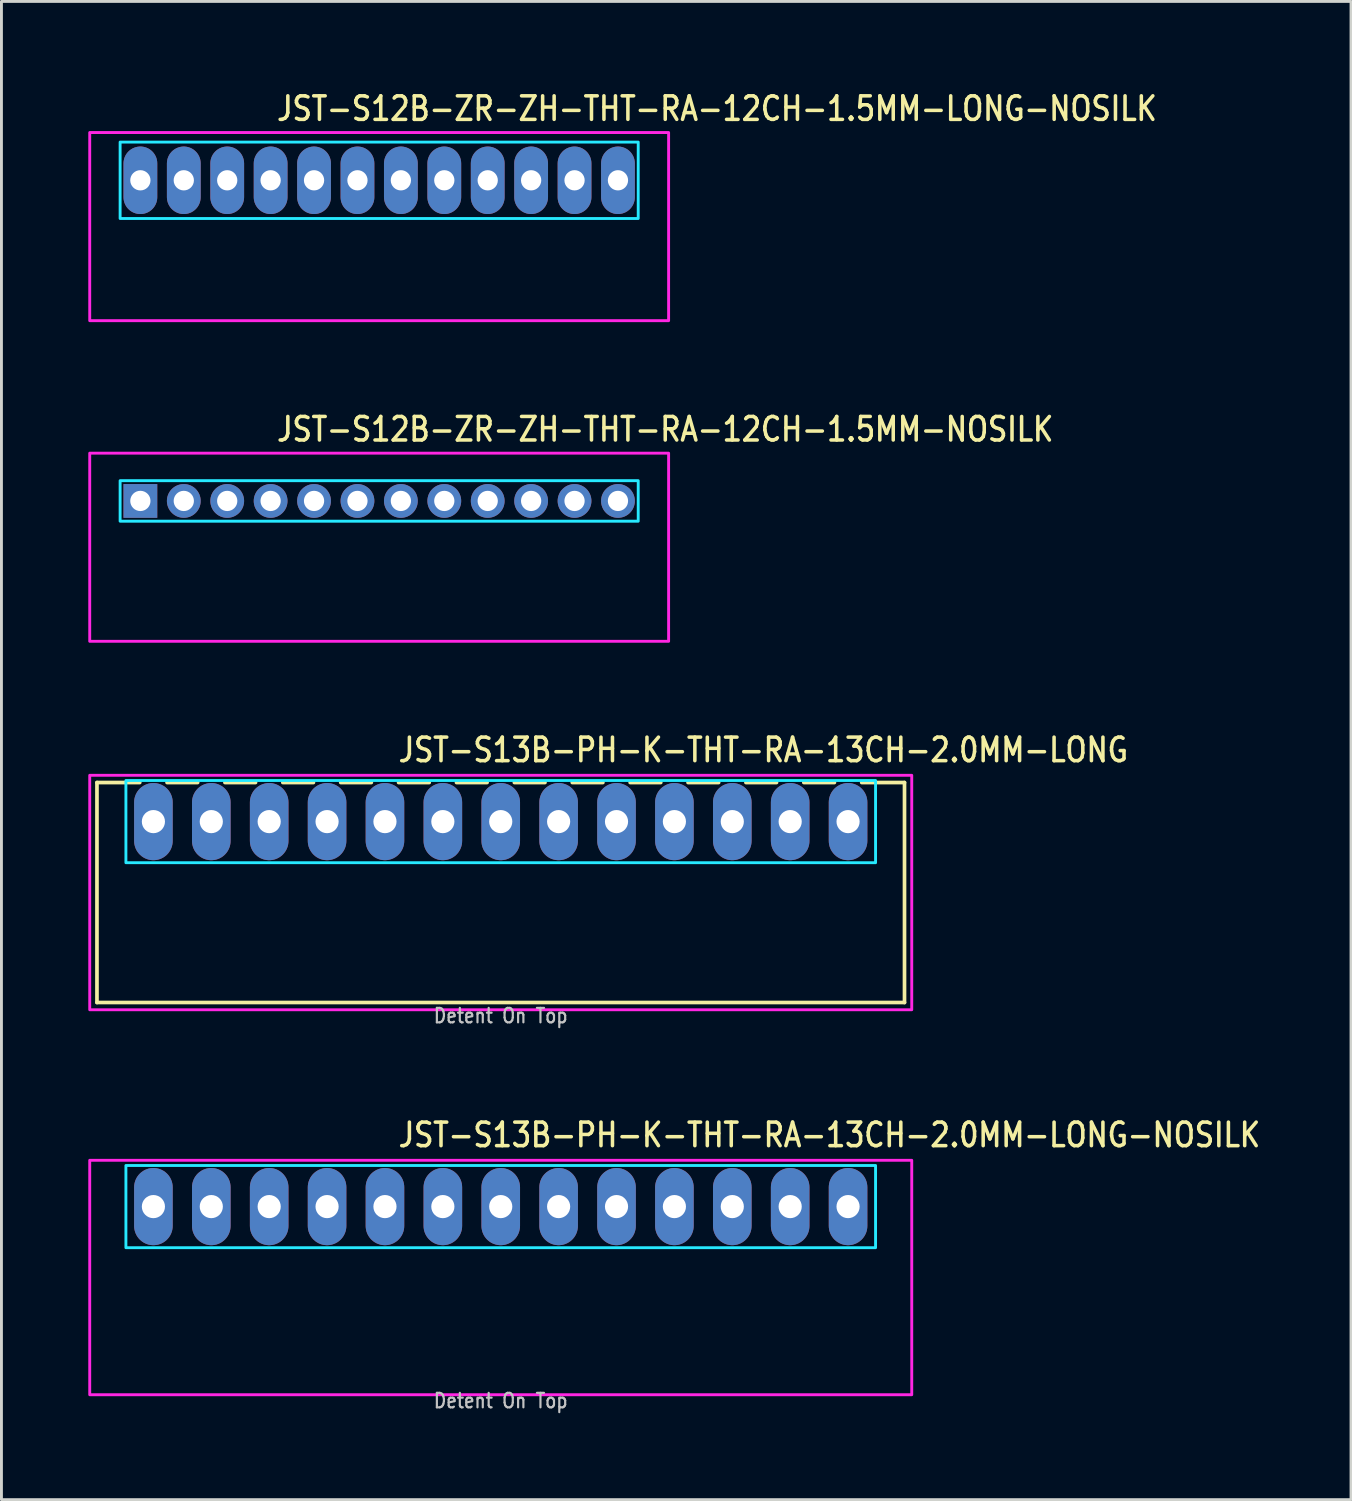
<source format=kicad_pcb>
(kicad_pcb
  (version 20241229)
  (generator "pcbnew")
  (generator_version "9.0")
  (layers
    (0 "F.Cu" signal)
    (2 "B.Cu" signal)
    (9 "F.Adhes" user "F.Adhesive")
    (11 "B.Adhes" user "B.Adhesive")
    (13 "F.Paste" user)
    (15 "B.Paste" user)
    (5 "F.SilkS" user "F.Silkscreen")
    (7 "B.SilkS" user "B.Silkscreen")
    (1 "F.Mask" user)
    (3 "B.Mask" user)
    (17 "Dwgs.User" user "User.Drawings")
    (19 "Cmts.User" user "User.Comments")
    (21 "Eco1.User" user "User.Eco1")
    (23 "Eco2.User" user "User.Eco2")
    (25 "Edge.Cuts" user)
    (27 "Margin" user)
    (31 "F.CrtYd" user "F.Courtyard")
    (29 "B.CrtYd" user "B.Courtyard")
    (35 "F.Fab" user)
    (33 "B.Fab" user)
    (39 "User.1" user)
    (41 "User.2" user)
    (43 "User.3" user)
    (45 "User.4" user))
  (footprint "JST-S12B-ZR-ZH-THT-RA-12CH-1.5MM-NOSILK"
    (layer "F.Cu")
    (at 10.05 14.257)
    (property "Reference" "JST-S12B-ZR-ZH-THT-RA-12CH-1.5MM-NOSILK" (at -3.6 -2 0) (unlocked yes) (layer "F.SilkS") (effects (font (size 0.813 0.695) (thickness 0.122)) (justify left bottom)))
    (fp_poly (pts (xy -8.95 -0.7) (xy -8.95 0.7) (xy 8.95 0.7) (xy 8.95 -0.7)) (stroke (width 0.1) (type solid)) (fill no) (layer "B.CrtYd"))
    (fp_poly (pts (xy -10 -1.65) (xy -10 4.85) (xy 10 4.85) (xy 10 -1.65)) (stroke (width 0.1) (type solid)) (fill no) (layer "F.CrtYd"))
    (pad "1" thru_hole rect (at -8.25 0) (size 1.167 1.167) (drill 0.7) (layers "*.Cu" "*.Mask"))
    (pad "2" thru_hole oval (at -6.75 0) (size 1.167 1.167) (drill 0.7) (layers "*.Cu" "*.Mask"))
    (pad "3" thru_hole oval (at -5.25 0) (size 1.167 1.167) (drill 0.7) (layers "*.Cu" "*.Mask"))
    (pad "4" thru_hole oval (at -3.75 0) (size 1.167 1.167) (drill 0.7) (layers "*.Cu" "*.Mask"))
    (pad "5" thru_hole oval (at -2.25 0) (size 1.167 1.167) (drill 0.7) (layers "*.Cu" "*.Mask"))
    (pad "6" thru_hole oval (at -0.75 0) (size 1.167 1.167) (drill 0.7) (layers "*.Cu" "*.Mask"))
    (pad "7" thru_hole oval (at 0.75 0) (size 1.167 1.167) (drill 0.7) (layers "*.Cu" "*.Mask"))
    (pad "8" thru_hole oval (at 2.25 0) (size 1.167 1.167) (drill 0.7) (layers "*.Cu" "*.Mask"))
    (pad "9" thru_hole oval (at 3.75 0) (size 1.167 1.167) (drill 0.7) (layers "*.Cu" "*.Mask"))
    (pad "10" thru_hole oval (at 5.25 0) (size 1.167 1.167) (drill 0.7) (layers "*.Cu" "*.Mask"))
    (pad "11" thru_hole oval (at 6.75 0) (size 1.167 1.167) (drill 0.7) (layers "*.Cu" "*.Mask"))
    (pad "12" thru_hole oval (at 8.25 0) (size 1.167 1.167) (drill 0.7) (layers "*.Cu" "*.Mask")))
  (footprint "JST-S13B-PH-K-THT-RA-13CH-2.0MM-LONG"
    (layer "F.Cu")
    (at 14.25 25.336)
    (property "Reference" "JST-S13B-PH-K-THT-RA-13CH-2.0MM-LONG" (at -3.6 -2 0) (unlocked yes) (layer "F.SilkS") (effects (font (size 0.813 0.695) (thickness 0.122)) (justify left bottom)))
    (fp_line (start -13.95 -1.35) (end -12.471 -1.35) (stroke (width 0.127) (type solid)) (layer "F.SilkS"))
    (fp_line (start -13.95 6.25) (end -13.95 -1.35) (stroke (width 0.127) (type solid)) (layer "F.SilkS"))
    (fp_line (start -13.95 6.25) (end 13.95 6.25) (stroke (width 0.127) (type solid)) (layer "F.SilkS"))
    (fp_line (start -11.529 -1.35) (end -10.471 -1.35) (stroke (width 0.127) (type solid)) (layer "F.SilkS"))
    (fp_line (start -9.529 -1.35) (end -8.471 -1.35) (stroke (width 0.127) (type solid)) (layer "F.SilkS"))
    (fp_line (start -7.529 -1.35) (end -6.471 -1.35) (stroke (width 0.127) (type solid)) (layer "F.SilkS"))
    (fp_line (start -5.529 -1.35) (end -4.471 -1.35) (stroke (width 0.127) (type solid)) (layer "F.SilkS"))
    (fp_line (start -3.529 -1.35) (end -2.471 -1.35) (stroke (width 0.127) (type solid)) (layer "F.SilkS"))
    (fp_line (start -1.529 -1.35) (end -0.471 -1.35) (stroke (width 0.127) (type solid)) (layer "F.SilkS"))
    (fp_line (start 0.471 -1.35) (end 1.529 -1.35) (stroke (width 0.127) (type solid)) (layer "F.SilkS"))
    (fp_line (start 2.471 -1.35) (end 3.529 -1.35) (stroke (width 0.127) (type solid)) (layer "F.SilkS"))
    (fp_line (start 4.471 -1.35) (end 5.529 -1.35) (stroke (width 0.127) (type solid)) (layer "F.SilkS"))
    (fp_line (start 6.471 -1.35) (end 7.529 -1.35) (stroke (width 0.127) (type solid)) (layer "F.SilkS"))
    (fp_line (start 8.471 -1.35) (end 9.529 -1.35) (stroke (width 0.127) (type solid)) (layer "F.SilkS"))
    (fp_line (start 10.471 -1.35) (end 11.529 -1.35) (stroke (width 0.127) (type solid)) (layer "F.SilkS"))
    (fp_line (start 12.471 -1.35) (end 13.95 -1.35) (stroke (width 0.127) (type solid)) (layer "F.SilkS"))
    (fp_line (start 13.95 -1.35) (end 13.95 6.25) (stroke (width 0.127) (type solid)) (layer "F.SilkS"))
    (fp_poly (pts (xy -12.95 -1.42) (xy -12.95 1.42) (xy 12.95 1.42) (xy 12.95 -1.42)) (stroke (width 0.1) (type solid)) (fill no) (layer "B.CrtYd"))
    (fp_poly (pts (xy -14.2 -1.6) (xy -14.2 6.5) (xy 14.2 6.5) (xy 14.2 -1.6)) (stroke (width 0.1) (type solid)) (fill no) (layer "F.CrtYd"))
    (fp_text user "Detent On Top" (at 0 7 0) (unlocked yes) (layer "Dwgs.User") (effects (font (size 0.5 0.427) (thickness 0.075)) (justify bottom)))
    (pad "1" thru_hole oval (at -12 0 90) (size 2.667 1.333) (drill 0.8) (layers "*.Cu" "*.Mask"))
    (pad "2" thru_hole oval (at -10 0 90) (size 2.667 1.333) (drill 0.8) (layers "*.Cu" "*.Mask"))
    (pad "3" thru_hole oval (at -8 0 90) (size 2.667 1.333) (drill 0.8) (layers "*.Cu" "*.Mask"))
    (pad "4" thru_hole oval (at -6 0 90) (size 2.667 1.333) (drill 0.8) (layers "*.Cu" "*.Mask"))
    (pad "5" thru_hole oval (at -4 0 90) (size 2.667 1.333) (drill 0.8) (layers "*.Cu" "*.Mask"))
    (pad "6" thru_hole oval (at -2 0 90) (size 2.667 1.333) (drill 0.8) (layers "*.Cu" "*.Mask"))
    (pad "7" thru_hole oval (at 0 0 90) (size 2.667 1.333) (drill 0.8) (layers "*.Cu" "*.Mask"))
    (pad "8" thru_hole oval (at 2 0 90) (size 2.667 1.333) (drill 0.8) (layers "*.Cu" "*.Mask"))
    (pad "9" thru_hole oval (at 4 0 90) (size 2.667 1.333) (drill 0.8) (layers "*.Cu" "*.Mask"))
    (pad "10" thru_hole oval (at 6 0 90) (size 2.667 1.333) (drill 0.8) (layers "*.Cu" "*.Mask"))
    (pad "11" thru_hole oval (at 8 0 90) (size 2.667 1.333) (drill 0.8) (layers "*.Cu" "*.Mask"))
    (pad "12" thru_hole oval (at 10 0 90) (size 2.667 1.333) (drill 0.8) (layers "*.Cu" "*.Mask"))
    (pad "13" thru_hole oval (at 12 0 90) (size 2.667 1.333) (drill 0.8) (layers "*.Cu" "*.Mask")))
  (footprint "JST-S12B-ZR-ZH-THT-RA-12CH-1.5MM-LONG-NOSILK"
    (layer "F.Cu")
    (at 10.05 3.179)
    (property "Reference" "JST-S12B-ZR-ZH-THT-RA-12CH-1.5MM-LONG-NOSILK" (at -3.6 -2 0) (unlocked yes) (layer "F.SilkS") (effects (font (size 0.813 0.695) (thickness 0.122)) (justify left bottom)))
    (fp_poly (pts (xy -8.95 -1.32) (xy -8.95 1.32) (xy 8.95 1.32) (xy 8.95 -1.32)) (stroke (width 0.1) (type solid)) (fill no) (layer "B.CrtYd"))
    (fp_poly (pts (xy -10 -1.65) (xy -10 4.85) (xy 10 4.85) (xy 10 -1.65)) (stroke (width 0.1) (type solid)) (fill no) (layer "F.CrtYd"))
    (pad "1" thru_hole oval (at -8.25 0 90) (size 2.333 1.167) (drill 0.7) (layers "*.Cu" "*.Mask"))
    (pad "2" thru_hole oval (at -6.75 0 90) (size 2.333 1.167) (drill 0.7) (layers "*.Cu" "*.Mask"))
    (pad "3" thru_hole oval (at -5.25 0 90) (size 2.333 1.167) (drill 0.7) (layers "*.Cu" "*.Mask"))
    (pad "4" thru_hole oval (at -3.75 0 90) (size 2.333 1.167) (drill 0.7) (layers "*.Cu" "*.Mask"))
    (pad "5" thru_hole oval (at -2.25 0 90) (size 2.333 1.167) (drill 0.7) (layers "*.Cu" "*.Mask"))
    (pad "6" thru_hole oval (at -0.75 0 90) (size 2.333 1.167) (drill 0.7) (layers "*.Cu" "*.Mask"))
    (pad "7" thru_hole oval (at 0.75 0 90) (size 2.333 1.167) (drill 0.7) (layers "*.Cu" "*.Mask"))
    (pad "8" thru_hole oval (at 2.25 0 90) (size 2.333 1.167) (drill 0.7) (layers "*.Cu" "*.Mask"))
    (pad "9" thru_hole oval (at 3.75 0 90) (size 2.333 1.167) (drill 0.7) (layers "*.Cu" "*.Mask"))
    (pad "10" thru_hole oval (at 5.25 0 90) (size 2.333 1.167) (drill 0.7) (layers "*.Cu" "*.Mask"))
    (pad "11" thru_hole oval (at 6.75 0 90) (size 2.333 1.167) (drill 0.7) (layers "*.Cu" "*.Mask"))
    (pad "12" thru_hole oval (at 8.25 0 90) (size 2.333 1.167) (drill 0.7) (layers "*.Cu" "*.Mask")))
  (footprint "JST-S13B-PH-K-THT-RA-13CH-2.0MM-LONG-NOSILK"
    (layer "F.Cu")
    (at 14.25 38.637)
    (property "Reference" "JST-S13B-PH-K-THT-RA-13CH-2.0MM-LONG-NOSILK" (at -3.6 -2 0) (unlocked yes) (layer "F.SilkS") (effects (font (size 0.813 0.695) (thickness 0.122)) (justify left bottom)))
    (fp_poly (pts (xy -12.95 -1.42) (xy -12.95 1.42) (xy 12.95 1.42) (xy 12.95 -1.42)) (stroke (width 0.1) (type solid)) (fill no) (layer "B.CrtYd"))
    (fp_poly (pts (xy -14.2 -1.6) (xy -14.2 6.5) (xy 14.2 6.5) (xy 14.2 -1.6)) (stroke (width 0.1) (type solid)) (fill no) (layer "F.CrtYd"))
    (fp_text user "Detent On Top" (at 0 7 0) (unlocked yes) (layer "Dwgs.User") (effects (font (size 0.5 0.427) (thickness 0.075)) (justify bottom)))
    (pad "1" thru_hole oval (at -12 0 90) (size 2.667 1.333) (drill 0.8) (layers "*.Cu" "*.Mask"))
    (pad "2" thru_hole oval (at -10 0 90) (size 2.667 1.333) (drill 0.8) (layers "*.Cu" "*.Mask"))
    (pad "3" thru_hole oval (at -8 0 90) (size 2.667 1.333) (drill 0.8) (layers "*.Cu" "*.Mask"))
    (pad "4" thru_hole oval (at -6 0 90) (size 2.667 1.333) (drill 0.8) (layers "*.Cu" "*.Mask"))
    (pad "5" thru_hole oval (at -4 0 90) (size 2.667 1.333) (drill 0.8) (layers "*.Cu" "*.Mask"))
    (pad "6" thru_hole oval (at -2 0 90) (size 2.667 1.333) (drill 0.8) (layers "*.Cu" "*.Mask"))
    (pad "7" thru_hole oval (at 0 0 90) (size 2.667 1.333) (drill 0.8) (layers "*.Cu" "*.Mask"))
    (pad "8" thru_hole oval (at 2 0 90) (size 2.667 1.333) (drill 0.8) (layers "*.Cu" "*.Mask"))
    (pad "9" thru_hole oval (at 4 0 90) (size 2.667 1.333) (drill 0.8) (layers "*.Cu" "*.Mask"))
    (pad "10" thru_hole oval (at 6 0 90) (size 2.667 1.333) (drill 0.8) (layers "*.Cu" "*.Mask"))
    (pad "11" thru_hole oval (at 8 0 90) (size 2.667 1.333) (drill 0.8) (layers "*.Cu" "*.Mask"))
    (pad "12" thru_hole oval (at 10 0 90) (size 2.667 1.333) (drill 0.8) (layers "*.Cu" "*.Mask"))
    (pad "13" thru_hole oval (at 12 0 90) (size 2.667 1.333) (drill 0.8) (layers "*.Cu" "*.Mask")))
  (gr_rect
    (start -3 -3)
    (end 43.627 48.761)
    (stroke (width 0.1) (type default))
    (fill no)
    (layer "Edge.Cuts")))
</source>
